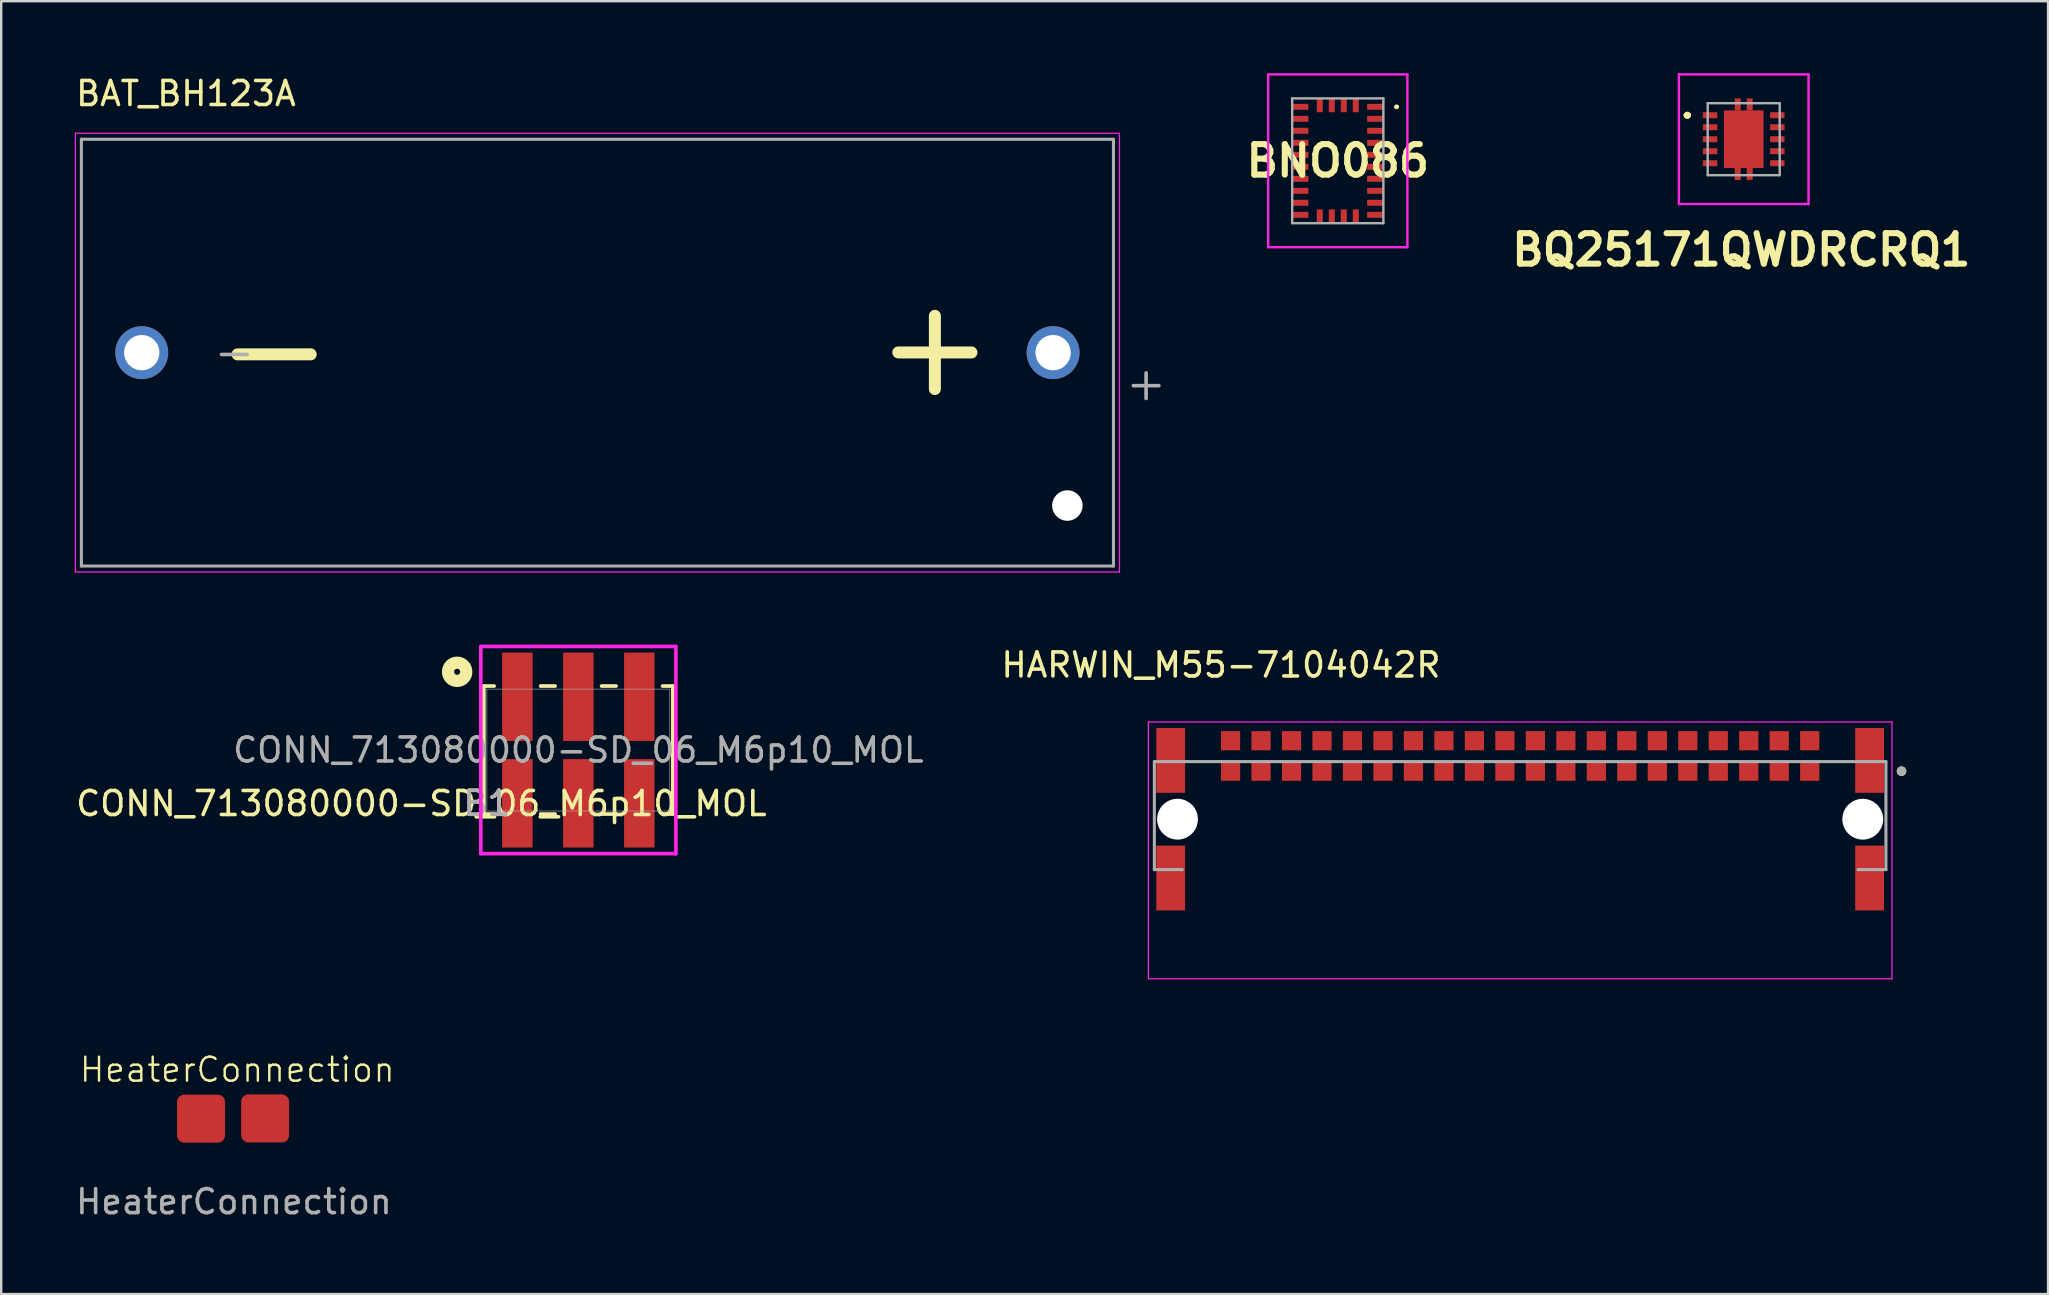
<source format=kicad_pcb>
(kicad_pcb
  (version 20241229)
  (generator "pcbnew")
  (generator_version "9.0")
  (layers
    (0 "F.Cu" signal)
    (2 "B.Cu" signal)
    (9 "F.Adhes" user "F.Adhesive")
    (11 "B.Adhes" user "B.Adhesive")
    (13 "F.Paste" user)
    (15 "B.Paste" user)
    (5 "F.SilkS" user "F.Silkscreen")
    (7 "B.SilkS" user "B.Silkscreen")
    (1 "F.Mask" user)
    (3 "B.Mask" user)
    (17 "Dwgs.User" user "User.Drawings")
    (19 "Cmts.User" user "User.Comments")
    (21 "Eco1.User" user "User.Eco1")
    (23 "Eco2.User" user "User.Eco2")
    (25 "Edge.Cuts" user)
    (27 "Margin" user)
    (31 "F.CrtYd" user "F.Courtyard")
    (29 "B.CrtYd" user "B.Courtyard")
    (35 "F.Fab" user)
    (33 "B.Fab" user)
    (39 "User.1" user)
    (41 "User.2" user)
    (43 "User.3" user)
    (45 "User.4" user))
  (footprint "BAT_BH123A"
    (layer "F.Cu")
    (at 21.841 11.643)
    (property "Reference" "BAT_BH123A" (at -17.145 -10.795 0) (layer "F.SilkS") (effects (font (size 1 1) (thickness 0.15))))
    (attr through_hole)
    (fp_line (start -21.75 -9.14) (end 21.75 -9.14) (stroke (width 0.05) (type solid)) (layer "F.CrtYd"))
    (fp_line (start -21.75 9.14) (end -21.75 -9.14) (stroke (width 0.05) (type solid)) (layer "F.CrtYd"))
    (fp_line (start 21.75 -9.14) (end 21.75 9.14) (stroke (width 0.05) (type solid)) (layer "F.CrtYd"))
    (fp_line (start 21.75 9.14) (end -21.75 9.14) (stroke (width 0.05) (type solid)) (layer "F.CrtYd"))
    (fp_line (start -21.5 -8.89) (end 21.5 -8.89) (stroke (width 0.127) (type solid)) (layer "F.Fab"))
    (fp_line (start -21.5 8.89) (end -21.5 -8.89) (stroke (width 0.127) (type solid)) (layer "F.Fab"))
    (fp_line (start 21.5 -8.89) (end 21.5 8.89) (stroke (width 0.127) (type solid)) (layer "F.Fab"))
    (fp_line (start 21.5 8.89) (end -21.5 8.89) (stroke (width 0.127) (type solid)) (layer "F.Fab"))
    (fp_text user "+" (at 14.06 -0.31 0) (layer "F.SilkS") (effects (font (size 4 4) (thickness 0.5))))
    (fp_text user "-" (at -13.47 -0.23 0) (layer "F.SilkS") (effects (font (size 4 4) (thickness 0.5))))
    (fp_text user "-" (at -15.13 -0.03 0) (layer "F.Fab") (effects (font (size 1.4 1.4) (thickness 0.15))))
    (fp_text user "+" (at 22.86 1.27 0) (layer "F.Fab") (effects (font (size 1.4 1.4) (thickness 0.15))))
    (pad "" np_thru_hole circle (at 19.58 6.37) (size 1.27 1.27) (drill 1.27) (layers "*.Cu" "*.Mask"))
    (pad "N" thru_hole circle (at -18.985 0) (size 2.205 2.205) (drill 1.47) (layers "*.Cu" "*.Mask"))
    (pad "P" thru_hole circle (at 18.985 0) (size 2.205 2.205) (drill 1.47) (layers "*.Cu" "*.Mask")))
  (footprint "BQ25171QWDRCRQ1"
    (layer "F.Cu")
    (at 69.6 2.75)
    (property "Reference" "BQ25171QWDRCRQ1" (at -0.1 4.61 0) (layer "F.SilkS") (effects (font (size 1.27 1.27) (thickness 0.254))))
    (attr smd)
    (fp_line (start -2.4 -1) (end -2.4 -1) (stroke (width 0.2) (type solid)) (layer "F.SilkS"))
    (fp_line (start -2.4 -1) (end -2.4 -1) (stroke (width 0.2) (type solid)) (layer "F.SilkS"))
    (fp_line (start -2.3 -1) (end -2.3 -1) (stroke (width 0.2) (type solid)) (layer "F.SilkS"))
    (fp_arc (start -2.4 -1) (mid -2.35 -1.05) (end -2.3 -1) (stroke (width 0.2) (type solid)) (layer "F.SilkS"))
    (fp_arc (start -2.3 -1) (mid -2.35 -0.95) (end -2.4 -1) (stroke (width 0.2) (type solid)) (layer "F.SilkS"))
    (fp_arc (start -2.3 -1) (mid -2.35 -0.95) (end -2.4 -1) (stroke (width 0.2) (type solid)) (layer "F.SilkS"))
    (fp_line (start -2.7 -2.7) (end 2.7 -2.7) (stroke (width 0.1) (type solid)) (layer "F.CrtYd"))
    (fp_line (start -2.7 2.7) (end -2.7 -2.7) (stroke (width 0.1) (type solid)) (layer "F.CrtYd"))
    (fp_line (start 2.7 -2.7) (end 2.7 2.7) (stroke (width 0.1) (type solid)) (layer "F.CrtYd"))
    (fp_line (start 2.7 2.7) (end -2.7 2.7) (stroke (width 0.1) (type solid)) (layer "F.CrtYd"))
    (fp_line (start -1.5 -1.5) (end -1.5 1.5) (stroke (width 0.1) (type solid)) (layer "F.Fab"))
    (fp_line (start -1.5 1.5) (end 1.5 1.5) (stroke (width 0.1) (type solid)) (layer "F.Fab"))
    (fp_line (start 1.5 -1.5) (end -1.5 -1.5) (stroke (width 0.1) (type solid)) (layer "F.Fab"))
    (fp_line (start 1.5 1.5) (end 1.5 -1.5) (stroke (width 0.1) (type solid)) (layer "F.Fab"))
    (pad "1" smd rect (at -1.4 -1 90) (size 0.25 0.6) (layers "F.Cu" "F.Mask" "F.Paste"))
    (pad "2" smd rect (at -1.4 -0.5 90) (size 0.25 0.6) (layers "F.Cu" "F.Mask" "F.Paste"))
    (pad "3" smd rect (at -1.4 0 90) (size 0.25 0.6) (layers "F.Cu" "F.Mask" "F.Paste"))
    (pad "4" smd rect (at -1.4 0.5 90) (size 0.25 0.6) (layers "F.Cu" "F.Mask" "F.Paste"))
    (pad "5" smd rect (at -1.4 1 90) (size 0.25 0.6) (layers "F.Cu" "F.Mask" "F.Paste"))
    (pad "6" smd rect (at 1.4 1 90) (size 0.25 0.6) (layers "F.Cu" "F.Mask" "F.Paste"))
    (pad "7" smd rect (at 1.4 0.5 90) (size 0.25 0.6) (layers "F.Cu" "F.Mask" "F.Paste"))
    (pad "8" smd rect (at 1.4 0 90) (size 0.25 0.6) (layers "F.Cu" "F.Mask" "F.Paste"))
    (pad "9" smd rect (at 1.4 -0.5 90) (size 0.25 0.6) (layers "F.Cu" "F.Mask" "F.Paste"))
    (pad "10" smd rect (at 1.4 -1 90) (size 0.25 0.6) (layers "F.Cu" "F.Mask" "F.Paste"))
    (pad "11" smd rect (at 0 0) (size 1.65 2.4) (layers "F.Cu" "F.Mask" "F.Paste"))
    (pad "12" smd rect (at -0.25 -1.45) (size 0.25 0.5) (layers "F.Cu" "F.Mask" "F.Paste"))
    (pad "13" smd rect (at 0.25 -1.45) (size 0.25 0.5) (layers "F.Cu" "F.Mask" "F.Paste"))
    (pad "14" smd rect (at -0.25 1.45) (size 0.25 0.5) (layers "F.Cu" "F.Mask" "F.Paste"))
    (pad "15" smd rect (at 0.25 1.45) (size 0.25 0.5) (layers "F.Cu" "F.Mask" "F.Paste")))
  (footprint "CONN_713080000-SD_06_M6p10_MOL"
    (layer "F.Cu")
    (at 21.046 28.2)
    (property "Reference" "CONN_713080000-SD_06_M6p10_MOL" (at -6.54 2.23 0) (unlocked yes) (layer "F.SilkS") (effects (font (size 1 1) (thickness 0.15))))
    (attr smd)
    (fp_line (start -3.937 -2.667) (end -3.937 2.667) (stroke (width 0.152) (type solid)) (layer "F.SilkS"))
    (fp_line (start -3.937 2.667) (end -3.508 2.667) (stroke (width 0.152) (type solid)) (layer "F.SilkS"))
    (fp_line (start -3.508 -2.667) (end -3.937 -2.667) (stroke (width 0.152) (type solid)) (layer "F.SilkS"))
    (fp_line (start -1.572 2.667) (end -0.968 2.667) (stroke (width 0.152) (type solid)) (layer "F.SilkS"))
    (fp_line (start -0.968 -2.667) (end -1.572 -2.667) (stroke (width 0.152) (type solid)) (layer "F.SilkS"))
    (fp_line (start 0.968 2.667) (end 1.572 2.667) (stroke (width 0.152) (type solid)) (layer "F.SilkS"))
    (fp_line (start 1.572 -2.667) (end 0.968 -2.667) (stroke (width 0.152) (type solid)) (layer "F.SilkS"))
    (fp_line (start 3.508 2.667) (end 3.937 2.667) (stroke (width 0.152) (type solid)) (layer "F.SilkS"))
    (fp_line (start 3.937 -2.667) (end 3.508 -2.667) (stroke (width 0.152) (type solid)) (layer "F.SilkS"))
    (fp_line (start 3.937 2.667) (end 3.937 -2.667) (stroke (width 0.152) (type solid)) (layer "F.SilkS"))
    (fp_circle (center -5.05 -3.26) (end -4.669 -3.26) (stroke (width 0.508) (type solid)) (fill no) (layer "F.SilkS"))
    (fp_line (start -4.064 -4.316) (end -4.064 4.316) (stroke (width 0.152) (type solid)) (layer "F.CrtYd"))
    (fp_line (start -4.064 4.316) (end 4.064 4.316) (stroke (width 0.152) (type solid)) (layer "F.CrtYd"))
    (fp_line (start 4.064 -4.316) (end -4.064 -4.316) (stroke (width 0.152) (type solid)) (layer "F.CrtYd"))
    (fp_line (start 4.064 4.316) (end 4.064 -4.316) (stroke (width 0.152) (type solid)) (layer "F.CrtYd"))
    (fp_line (start -3.81 -2.54) (end -3.81 2.54) (stroke (width 0.025) (type solid)) (layer "F.Fab"))
    (fp_line (start -3.81 2.54) (end 3.81 2.54) (stroke (width 0.025) (type solid)) (layer "F.Fab"))
    (fp_line (start 3.81 -2.54) (end -3.81 -2.54) (stroke (width 0.025) (type solid)) (layer "F.Fab"))
    (fp_line (start 3.81 2.54) (end 3.81 -2.54) (stroke (width 0.025) (type solid)) (layer "F.Fab"))
    (fp_text user "B1" (at -3.81 2.22 0) (unlocked yes) (layer "B.SilkS") (effects (font (size 1 1) (thickness 0.15))))
    (fp_text user "B1" (at -3.81 2.22 0) (unlocked yes) (layer "F.Fab") (effects (font (size 1 1) (thickness 0.15))))
    (fp_text user "${REFERENCE}" (at 0 0 0) (unlocked yes) (layer "F.Fab") (effects (font (size 1 1) (thickness 0.15))))
    (pad "1" smd rect (at -2.54 -2.22) (size 1.27 3.683) (layers "F.Cu" "F.Mask" "F.Paste"))
    (pad "2" smd rect (at 0 -2.22) (size 1.27 3.683) (layers "F.Cu" "F.Mask" "F.Paste"))
    (pad "3" smd rect (at 2.54 -2.22) (size 1.27 3.683) (layers "F.Cu" "F.Mask" "F.Paste"))
    (pad "4" smd rect (at -2.54 2.22) (size 1.27 3.683) (layers "F.Cu" "F.Mask" "F.Paste"))
    (pad "5" smd rect (at 0 2.22) (size 1.27 3.683) (layers "F.Cu" "F.Mask" "F.Paste"))
    (pad "6" smd rect (at 2.54 2.22) (size 1.27 3.683) (layers "F.Cu" "F.Mask" "F.Paste")))
  (footprint "HeaterConnection"
    (layer "F.Cu")
    (at 6.696 44.517)
    (property "Reference" "HeaterConnection" (at 0.14 -3 0) (unlocked yes) (layer "F.SilkS") (effects (font (size 1 1) (thickness 0.1))))
    (attr smd)
    (fp_text user "${REFERENCE}" (at 0 2.5 0) (unlocked yes) (layer "F.Fab") (effects (font (size 1 1) (thickness 0.15))))
    (pad "1" smd roundrect (at -1.37 -0.96) (size 2 2) (layers "F.Cu" "F.Mask" "F.Paste") (roundrect_rratio 0.15))
    (pad "2" smd roundrect (at 1.3 -0.97) (size 2 2) (layers "F.Cu" "F.Mask" "F.Paste") (roundrect_rratio 0.15)))
  (footprint "BNO086"
    (layer "F.Cu")
    (at 52.687 3.65)
    (property "Reference" "BNO086" (at 0 0 0) (layer "F.SilkS") (effects (font (size 1.27 1.27) (thickness 0.254))))
    (attr smd)
    (fp_line (start 2.4 -2.25) (end 2.4 -2.25) (stroke (width 0.1) (type solid)) (layer "F.SilkS"))
    (fp_line (start 2.5 -2.25) (end 2.5 -2.25) (stroke (width 0.1) (type solid)) (layer "F.SilkS"))
    (fp_arc (start 2.4 -2.25) (mid 2.45 -2.3) (end 2.5 -2.25) (stroke (width 0.1) (type solid)) (layer "F.SilkS"))
    (fp_arc (start 2.5 -2.25) (mid 2.45 -2.2) (end 2.4 -2.25) (stroke (width 0.1) (type solid)) (layer "F.SilkS"))
    (fp_line (start -2.9 -3.6) (end 2.9 -3.6) (stroke (width 0.1) (type solid)) (layer "F.CrtYd"))
    (fp_line (start -2.9 3.6) (end -2.9 -3.6) (stroke (width 0.1) (type solid)) (layer "F.CrtYd"))
    (fp_line (start 2.9 -3.6) (end 2.9 3.6) (stroke (width 0.1) (type solid)) (layer "F.CrtYd"))
    (fp_line (start 2.9 3.6) (end -2.9 3.6) (stroke (width 0.1) (type solid)) (layer "F.CrtYd"))
    (fp_line (start -1.9 -2.6) (end -1.9 2.6) (stroke (width 0.1) (type solid)) (layer "F.Fab"))
    (fp_line (start -1.9 2.6) (end 1.9 2.6) (stroke (width 0.1) (type solid)) (layer "F.Fab"))
    (fp_line (start 1.9 -2.6) (end -1.9 -2.6) (stroke (width 0.1) (type solid)) (layer "F.Fab"))
    (fp_line (start 1.9 2.6) (end 1.9 -2.6) (stroke (width 0.1) (type solid)) (layer "F.Fab"))
    (pad "1" smd rect (at 1.562 -2.25 90) (size 0.25 0.675) (layers "F.Cu" "F.Mask" "F.Paste"))
    (pad "2" smd rect (at 0.75 -2.312) (size 0.25 0.575) (layers "F.Cu" "F.Mask" "F.Paste"))
    (pad "3" smd rect (at 0.25 -2.312) (size 0.25 0.575) (layers "F.Cu" "F.Mask" "F.Paste"))
    (pad "4" smd rect (at -0.25 -2.312) (size 0.25 0.575) (layers "F.Cu" "F.Mask" "F.Paste"))
    (pad "5" smd rect (at -0.75 -2.312) (size 0.25 0.575) (layers "F.Cu" "F.Mask" "F.Paste"))
    (pad "6" smd rect (at -1.562 -2.25 90) (size 0.25 0.675) (layers "F.Cu" "F.Mask" "F.Paste"))
    (pad "7" smd rect (at -1.562 -1.75 90) (size 0.25 0.675) (layers "F.Cu" "F.Mask" "F.Paste"))
    (pad "8" smd rect (at -1.562 -1.25 90) (size 0.25 0.675) (layers "F.Cu" "F.Mask" "F.Paste"))
    (pad "9" smd rect (at -1.562 -0.75 90) (size 0.25 0.675) (layers "F.Cu" "F.Mask" "F.Paste"))
    (pad "10" smd rect (at -1.562 -0.25 90) (size 0.25 0.675) (layers "F.Cu" "F.Mask" "F.Paste"))
    (pad "11" smd rect (at -1.562 0.25 90) (size 0.25 0.675) (layers "F.Cu" "F.Mask" "F.Paste"))
    (pad "12" smd rect (at -1.562 0.75 90) (size 0.25 0.675) (layers "F.Cu" "F.Mask" "F.Paste"))
    (pad "13" smd rect (at -1.562 1.25 90) (size 0.25 0.675) (layers "F.Cu" "F.Mask" "F.Paste"))
    (pad "14" smd rect (at -1.562 1.75 90) (size 0.25 0.675) (layers "F.Cu" "F.Mask" "F.Paste"))
    (pad "15" smd rect (at -1.562 2.25 90) (size 0.25 0.675) (layers "F.Cu" "F.Mask" "F.Paste"))
    (pad "16" smd rect (at -0.75 2.313) (size 0.25 0.575) (layers "F.Cu" "F.Mask" "F.Paste"))
    (pad "17" smd rect (at -0.25 2.313) (size 0.25 0.575) (layers "F.Cu" "F.Mask" "F.Paste"))
    (pad "18" smd rect (at 0.25 2.313) (size 0.25 0.575) (layers "F.Cu" "F.Mask" "F.Paste"))
    (pad "19" smd rect (at 0.75 2.313) (size 0.25 0.575) (layers "F.Cu" "F.Mask" "F.Paste"))
    (pad "20" smd rect (at 1.562 2.25 90) (size 0.25 0.675) (layers "F.Cu" "F.Mask" "F.Paste"))
    (pad "21" smd rect (at 1.562 1.75 90) (size 0.25 0.675) (layers "F.Cu" "F.Mask" "F.Paste"))
    (pad "22" smd rect (at 1.562 1.25 90) (size 0.25 0.675) (layers "F.Cu" "F.Mask" "F.Paste"))
    (pad "23" smd rect (at 1.562 0.75 90) (size 0.25 0.675) (layers "F.Cu" "F.Mask" "F.Paste"))
    (pad "24" smd rect (at 1.563 0.25 90) (size 0.25 0.675) (layers "F.Cu" "F.Mask" "F.Paste"))
    (pad "25" smd rect (at 1.563 -0.25 90) (size 0.25 0.675) (layers "F.Cu" "F.Mask" "F.Paste"))
    (pad "26" smd rect (at 1.562 -0.75 90) (size 0.25 0.675) (layers "F.Cu" "F.Mask" "F.Paste"))
    (pad "27" smd rect (at 1.562 -1.25 90) (size 0.25 0.675) (layers "F.Cu" "F.Mask" "F.Paste"))
    (pad "28" smd rect (at 1.562 -1.75 90) (size 0.25 0.675) (layers "F.Cu" "F.Mask" "F.Paste")))
  (footprint "HARWIN_M55-7104042R"
    (layer "F.Cu")
    (at 60.285 31.081)
    (property "Reference" "HARWIN_M55-7104042R" (at -12.465 -6.425 0) (layer "F.SilkS") (effects (font (size 1 1) (thickness 0.15))))
    (attr smd)
    (fp_circle (center 15.89 -2) (end 15.99 -2) (stroke (width 0.2) (type solid)) (fill no) (layer "F.SilkS"))
    (fp_line (start -15.49 -4.05) (end -15.49 6.65) (stroke (width 0.05) (type solid)) (layer "F.CrtYd"))
    (fp_line (start -15.49 6.65) (end 15.49 6.65) (stroke (width 0.05) (type solid)) (layer "F.CrtYd"))
    (fp_line (start 15.49 -4.05) (end -15.49 -4.05) (stroke (width 0.05) (type solid)) (layer "F.CrtYd"))
    (fp_line (start 15.49 6.65) (end 15.49 -4.05) (stroke (width 0.05) (type solid)) (layer "F.CrtYd"))
    (fp_line (start -15.24 -2.4) (end -15.24 2.1) (stroke (width 0.127) (type solid)) (layer "F.Fab"))
    (fp_line (start -15.24 2.1) (end -14.075 2.1) (stroke (width 0.127) (type solid)) (layer "F.Fab"))
    (fp_line (start 14.075 2.1) (end 15.24 2.1) (stroke (width 0.127) (type solid)) (layer "F.Fab"))
    (fp_line (start 15.24 -2.4) (end -15.24 -2.4) (stroke (width 0.127) (type solid)) (layer "F.Fab"))
    (fp_line (start 15.24 2.1) (end 15.24 -2.4) (stroke (width 0.127) (type solid)) (layer "F.Fab"))
    (fp_circle (center 15.89 -2) (end 15.99 -2) (stroke (width 0.2) (type solid)) (fill no) (layer "F.Fab"))
    (pad "" np_thru_hole circle (at -14.275 0) (size 1.7 1.7) (drill 1.7) (layers "*.Cu" "*.Mask"))
    (pad "" np_thru_hole circle (at 14.275 0) (size 1.7 1.7) (drill 1.7) (layers "*.Cu" "*.Mask"))
    (pad "A1" smd rect (at 12.065 -2) (size 0.8 0.8) (layers "F.Cu" "F.Mask" "F.Paste"))
    (pad "A2" smd rect (at 10.795 -2) (size 0.8 0.8) (layers "F.Cu" "F.Mask" "F.Paste"))
    (pad "A3" smd rect (at 9.525 -2) (size 0.8 0.8) (layers "F.Cu" "F.Mask" "F.Paste"))
    (pad "A4" smd rect (at 8.255 -2) (size 0.8 0.8) (layers "F.Cu" "F.Mask" "F.Paste"))
    (pad "A5" smd rect (at 6.985 -2) (size 0.8 0.8) (layers "F.Cu" "F.Mask" "F.Paste"))
    (pad "A6" smd rect (at 5.715 -2) (size 0.8 0.8) (layers "F.Cu" "F.Mask" "F.Paste"))
    (pad "A7" smd rect (at 4.445 -2) (size 0.8 0.8) (layers "F.Cu" "F.Mask" "F.Paste"))
    (pad "A8" smd rect (at 3.175 -2) (size 0.8 0.8) (layers "F.Cu" "F.Mask" "F.Paste"))
    (pad "A9" smd rect (at 1.905 -2) (size 0.8 0.8) (layers "F.Cu" "F.Mask" "F.Paste"))
    (pad "A10" smd rect (at 0.635 -2) (size 0.8 0.8) (layers "F.Cu" "F.Mask" "F.Paste"))
    (pad "A11" smd rect (at -0.635 -2) (size 0.8 0.8) (layers "F.Cu" "F.Mask" "F.Paste"))
    (pad "A12" smd rect (at -1.905 -2) (size 0.8 0.8) (layers "F.Cu" "F.Mask" "F.Paste"))
    (pad "A13" smd rect (at -3.175 -2) (size 0.8 0.8) (layers "F.Cu" "F.Mask" "F.Paste"))
    (pad "A14" smd rect (at -4.445 -2) (size 0.8 0.8) (layers "F.Cu" "F.Mask" "F.Paste"))
    (pad "A15" smd rect (at -5.715 -2) (size 0.8 0.8) (layers "F.Cu" "F.Mask" "F.Paste"))
    (pad "A16" smd rect (at -6.985 -2) (size 0.8 0.8) (layers "F.Cu" "F.Mask" "F.Paste"))
    (pad "A17" smd rect (at -8.255 -2) (size 0.8 0.8) (layers "F.Cu" "F.Mask" "F.Paste"))
    (pad "A18" smd rect (at -9.525 -2) (size 0.8 0.8) (layers "F.Cu" "F.Mask" "F.Paste"))
    (pad "A19" smd rect (at -10.795 -2) (size 0.8 0.8) (layers "F.Cu" "F.Mask" "F.Paste"))
    (pad "A20" smd rect (at -12.065 -2) (size 0.8 0.8) (layers "F.Cu" "F.Mask" "F.Paste"))
    (pad "B1" smd rect (at 12.065 -3.27) (size 0.8 0.8) (layers "F.Cu" "F.Mask" "F.Paste"))
    (pad "B2" smd rect (at 10.795 -3.27) (size 0.8 0.8) (layers "F.Cu" "F.Mask" "F.Paste"))
    (pad "B3" smd rect (at 9.525 -3.27) (size 0.8 0.8) (layers "F.Cu" "F.Mask" "F.Paste"))
    (pad "B4" smd rect (at 8.255 -3.27) (size 0.8 0.8) (layers "F.Cu" "F.Mask" "F.Paste"))
    (pad "B5" smd rect (at 6.985 -3.27) (size 0.8 0.8) (layers "F.Cu" "F.Mask" "F.Paste"))
    (pad "B6" smd rect (at 5.715 -3.27) (size 0.8 0.8) (layers "F.Cu" "F.Mask" "F.Paste"))
    (pad "B7" smd rect (at 4.445 -3.27) (size 0.8 0.8) (layers "F.Cu" "F.Mask" "F.Paste"))
    (pad "B8" smd rect (at 3.175 -3.27) (size 0.8 0.8) (layers "F.Cu" "F.Mask" "F.Paste"))
    (pad "B9" smd rect (at 1.905 -3.27) (size 0.8 0.8) (layers "F.Cu" "F.Mask" "F.Paste"))
    (pad "B10" smd rect (at 0.635 -3.27) (size 0.8 0.8) (layers "F.Cu" "F.Mask" "F.Paste"))
    (pad "B11" smd rect (at -0.635 -3.27) (size 0.8 0.8) (layers "F.Cu" "F.Mask" "F.Paste"))
    (pad "B12" smd rect (at -1.905 -3.27) (size 0.8 0.8) (layers "F.Cu" "F.Mask" "F.Paste"))
    (pad "B13" smd rect (at -3.175 -3.27) (size 0.8 0.8) (layers "F.Cu" "F.Mask" "F.Paste"))
    (pad "B14" smd rect (at -4.445 -3.27) (size 0.8 0.8) (layers "F.Cu" "F.Mask" "F.Paste"))
    (pad "B15" smd rect (at -5.715 -3.27) (size 0.8 0.8) (layers "F.Cu" "F.Mask" "F.Paste"))
    (pad "B16" smd rect (at -6.985 -3.27) (size 0.8 0.8) (layers "F.Cu" "F.Mask" "F.Paste"))
    (pad "B17" smd rect (at -8.255 -3.27) (size 0.8 0.8) (layers "F.Cu" "F.Mask" "F.Paste"))
    (pad "B18" smd rect (at -9.525 -3.27) (size 0.8 0.8) (layers "F.Cu" "F.Mask" "F.Paste"))
    (pad "B19" smd rect (at -10.795 -3.27) (size 0.8 0.8) (layers "F.Cu" "F.Mask" "F.Paste"))
    (pad "B20" smd rect (at -12.065 -3.27) (size 0.8 0.8) (layers "F.Cu" "F.Mask" "F.Paste"))
    (pad "SH1" smd rect (at 14.56 2.45) (size 1.2 2.7) (layers "F.Cu" "F.Mask" "F.Paste"))
    (pad "SH2" smd rect (at 14.56 -2.45) (size 1.2 2.7) (layers "F.Cu" "F.Mask" "F.Paste"))
    (pad "SH3" smd rect (at -14.56 2.45) (size 1.2 2.7) (layers "F.Cu" "F.Mask" "F.Paste"))
    (pad "SH4" smd rect (at -14.56 -2.45) (size 1.2 2.7) (layers "F.Cu" "F.Mask" "F.Paste")))
  (gr_rect
    (start -3 -3)
    (end 82.279 50.865)
    (stroke (width 0.1) (type default))
    (fill no)
    (layer "Edge.Cuts")))
</source>
